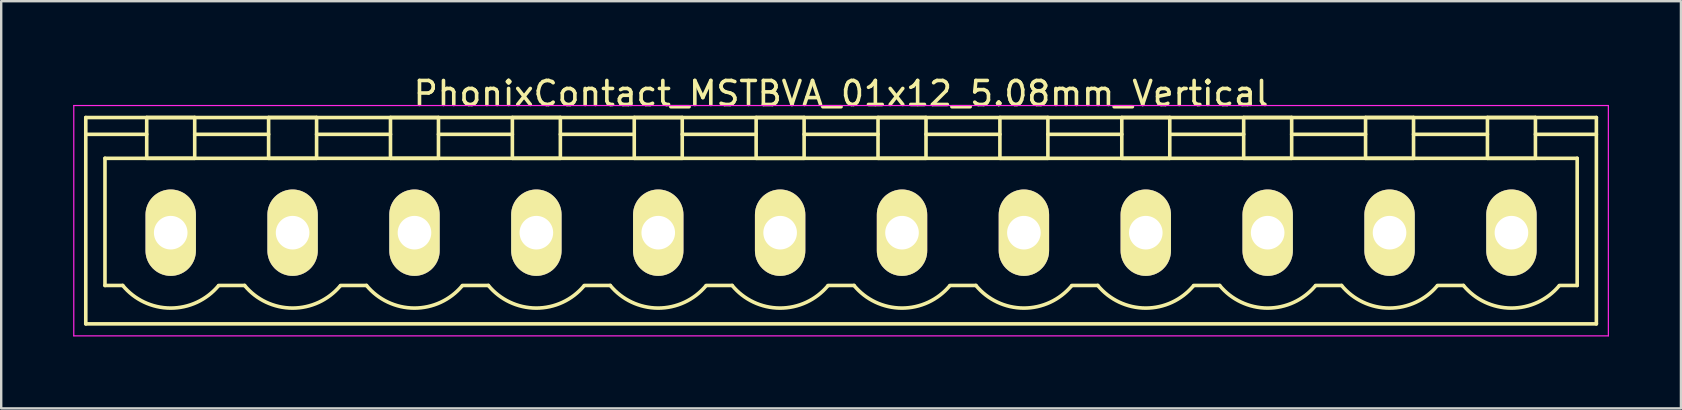
<source format=kicad_pcb>
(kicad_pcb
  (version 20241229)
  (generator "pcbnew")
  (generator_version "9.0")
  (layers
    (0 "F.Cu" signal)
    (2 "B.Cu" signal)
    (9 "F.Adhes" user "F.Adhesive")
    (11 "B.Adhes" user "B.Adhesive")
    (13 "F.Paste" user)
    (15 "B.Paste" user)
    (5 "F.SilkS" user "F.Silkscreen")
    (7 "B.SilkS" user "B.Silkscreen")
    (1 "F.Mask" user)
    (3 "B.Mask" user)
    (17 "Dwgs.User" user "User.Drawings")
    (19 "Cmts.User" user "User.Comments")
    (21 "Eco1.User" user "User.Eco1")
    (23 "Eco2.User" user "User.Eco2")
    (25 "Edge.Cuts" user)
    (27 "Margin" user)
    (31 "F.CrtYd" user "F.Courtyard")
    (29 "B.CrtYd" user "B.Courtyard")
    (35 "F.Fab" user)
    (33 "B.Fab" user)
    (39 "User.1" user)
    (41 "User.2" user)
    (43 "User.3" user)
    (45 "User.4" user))
  (footprint "PhonixContact_MSTBVA_01x12_5.08mm_Vertical"
    (layer "F.Cu")
    (at 4.065 6.648)
    (property "Reference" "PhonixContact_MSTBVA_01x12_5.08mm_Vertical" (at 27.94 -5.8 0) (layer "F.SilkS") (effects (font (size 1 1) (thickness 0.15))))
    (attr through_hole)
    (fp_line (start -3.54 -4.8) (end -3.54 3.8) (stroke (width 0.15) (type solid)) (layer "F.SilkS"))
    (fp_line (start -3.54 -4.1) (end -1 -4.1) (stroke (width 0.15) (type solid)) (layer "F.SilkS"))
    (fp_line (start -3.54 3.8) (end 59.42 3.8) (stroke (width 0.15) (type solid)) (layer "F.SilkS"))
    (fp_line (start -2.74 -3.1) (end 58.62 -3.1) (stroke (width 0.15) (type solid)) (layer "F.SilkS"))
    (fp_line (start -2.74 2.2) (end -2.74 -3.1) (stroke (width 0.15) (type solid)) (layer "F.SilkS"))
    (fp_line (start -2 2.2) (end -2.74 2.2) (stroke (width 0.15) (type solid)) (layer "F.SilkS"))
    (fp_line (start -1 -4.8) (end 1 -4.8) (stroke (width 0.15) (type solid)) (layer "F.SilkS"))
    (fp_line (start -1 -3.1) (end -1 -4.8) (stroke (width 0.15) (type solid)) (layer "F.SilkS"))
    (fp_line (start 1 -4.8) (end 1 -3.1) (stroke (width 0.15) (type solid)) (layer "F.SilkS"))
    (fp_line (start 1 -4.1) (end 4.08 -4.1) (stroke (width 0.15) (type solid)) (layer "F.SilkS"))
    (fp_line (start 1 -3.1) (end -1 -3.1) (stroke (width 0.15) (type solid)) (layer "F.SilkS"))
    (fp_line (start 2 2.2) (end 3.08 2.2) (stroke (width 0.15) (type solid)) (layer "F.SilkS"))
    (fp_line (start 4.08 -4.8) (end 6.08 -4.8) (stroke (width 0.15) (type solid)) (layer "F.SilkS"))
    (fp_line (start 4.08 -3.1) (end 4.08 -4.8) (stroke (width 0.15) (type solid)) (layer "F.SilkS"))
    (fp_line (start 6.08 -4.8) (end 6.08 -3.1) (stroke (width 0.15) (type solid)) (layer "F.SilkS"))
    (fp_line (start 6.08 -4.1) (end 9.16 -4.1) (stroke (width 0.15) (type solid)) (layer "F.SilkS"))
    (fp_line (start 6.08 -3.1) (end 4.08 -3.1) (stroke (width 0.15) (type solid)) (layer "F.SilkS"))
    (fp_line (start 7.08 2.2) (end 8.16 2.2) (stroke (width 0.15) (type solid)) (layer "F.SilkS"))
    (fp_line (start 9.16 -4.8) (end 11.16 -4.8) (stroke (width 0.15) (type solid)) (layer "F.SilkS"))
    (fp_line (start 9.16 -3.1) (end 9.16 -4.8) (stroke (width 0.15) (type solid)) (layer "F.SilkS"))
    (fp_line (start 11.16 -4.8) (end 11.16 -3.1) (stroke (width 0.15) (type solid)) (layer "F.SilkS"))
    (fp_line (start 11.16 -4.1) (end 14.24 -4.1) (stroke (width 0.15) (type solid)) (layer "F.SilkS"))
    (fp_line (start 11.16 -3.1) (end 9.16 -3.1) (stroke (width 0.15) (type solid)) (layer "F.SilkS"))
    (fp_line (start 12.16 2.2) (end 13.24 2.2) (stroke (width 0.15) (type solid)) (layer "F.SilkS"))
    (fp_line (start 14.24 -4.8) (end 16.24 -4.8) (stroke (width 0.15) (type solid)) (layer "F.SilkS"))
    (fp_line (start 14.24 -3.1) (end 14.24 -4.8) (stroke (width 0.15) (type solid)) (layer "F.SilkS"))
    (fp_line (start 16.24 -4.8) (end 16.24 -3.1) (stroke (width 0.15) (type solid)) (layer "F.SilkS"))
    (fp_line (start 16.24 -4.1) (end 19.32 -4.1) (stroke (width 0.15) (type solid)) (layer "F.SilkS"))
    (fp_line (start 16.24 -3.1) (end 14.24 -3.1) (stroke (width 0.15) (type solid)) (layer "F.SilkS"))
    (fp_line (start 17.24 2.2) (end 18.32 2.2) (stroke (width 0.15) (type solid)) (layer "F.SilkS"))
    (fp_line (start 19.32 -4.8) (end 21.32 -4.8) (stroke (width 0.15) (type solid)) (layer "F.SilkS"))
    (fp_line (start 19.32 -3.1) (end 19.32 -4.8) (stroke (width 0.15) (type solid)) (layer "F.SilkS"))
    (fp_line (start 21.32 -4.8) (end 21.32 -3.1) (stroke (width 0.15) (type solid)) (layer "F.SilkS"))
    (fp_line (start 21.32 -4.1) (end 24.4 -4.1) (stroke (width 0.15) (type solid)) (layer "F.SilkS"))
    (fp_line (start 21.32 -3.1) (end 19.32 -3.1) (stroke (width 0.15) (type solid)) (layer "F.SilkS"))
    (fp_line (start 22.32 2.2) (end 23.4 2.2) (stroke (width 0.15) (type solid)) (layer "F.SilkS"))
    (fp_line (start 24.4 -4.8) (end 26.4 -4.8) (stroke (width 0.15) (type solid)) (layer "F.SilkS"))
    (fp_line (start 24.4 -3.1) (end 24.4 -4.8) (stroke (width 0.15) (type solid)) (layer "F.SilkS"))
    (fp_line (start 26.4 -4.8) (end 26.4 -3.1) (stroke (width 0.15) (type solid)) (layer "F.SilkS"))
    (fp_line (start 26.4 -4.1) (end 29.48 -4.1) (stroke (width 0.15) (type solid)) (layer "F.SilkS"))
    (fp_line (start 26.4 -3.1) (end 24.4 -3.1) (stroke (width 0.15) (type solid)) (layer "F.SilkS"))
    (fp_line (start 27.4 2.2) (end 28.48 2.2) (stroke (width 0.15) (type solid)) (layer "F.SilkS"))
    (fp_line (start 29.48 -4.8) (end 31.48 -4.8) (stroke (width 0.15) (type solid)) (layer "F.SilkS"))
    (fp_line (start 29.48 -3.1) (end 29.48 -4.8) (stroke (width 0.15) (type solid)) (layer "F.SilkS"))
    (fp_line (start 31.48 -4.8) (end 31.48 -3.1) (stroke (width 0.15) (type solid)) (layer "F.SilkS"))
    (fp_line (start 31.48 -4.1) (end 34.56 -4.1) (stroke (width 0.15) (type solid)) (layer "F.SilkS"))
    (fp_line (start 31.48 -3.1) (end 29.48 -3.1) (stroke (width 0.15) (type solid)) (layer "F.SilkS"))
    (fp_line (start 32.48 2.2) (end 33.56 2.2) (stroke (width 0.15) (type solid)) (layer "F.SilkS"))
    (fp_line (start 34.56 -4.8) (end 36.56 -4.8) (stroke (width 0.15) (type solid)) (layer "F.SilkS"))
    (fp_line (start 34.56 -3.1) (end 34.56 -4.8) (stroke (width 0.15) (type solid)) (layer "F.SilkS"))
    (fp_line (start 36.56 -4.8) (end 36.56 -3.1) (stroke (width 0.15) (type solid)) (layer "F.SilkS"))
    (fp_line (start 36.56 -4.1) (end 39.64 -4.1) (stroke (width 0.15) (type solid)) (layer "F.SilkS"))
    (fp_line (start 36.56 -3.1) (end 34.56 -3.1) (stroke (width 0.15) (type solid)) (layer "F.SilkS"))
    (fp_line (start 37.56 2.2) (end 38.64 2.2) (stroke (width 0.15) (type solid)) (layer "F.SilkS"))
    (fp_line (start 39.64 -4.8) (end 41.64 -4.8) (stroke (width 0.15) (type solid)) (layer "F.SilkS"))
    (fp_line (start 39.64 -3.1) (end 39.64 -4.8) (stroke (width 0.15) (type solid)) (layer "F.SilkS"))
    (fp_line (start 41.64 -4.8) (end 41.64 -3.1) (stroke (width 0.15) (type solid)) (layer "F.SilkS"))
    (fp_line (start 41.64 -4.1) (end 44.72 -4.1) (stroke (width 0.15) (type solid)) (layer "F.SilkS"))
    (fp_line (start 41.64 -3.1) (end 39.64 -3.1) (stroke (width 0.15) (type solid)) (layer "F.SilkS"))
    (fp_line (start 42.64 2.2) (end 43.72 2.2) (stroke (width 0.15) (type solid)) (layer "F.SilkS"))
    (fp_line (start 44.72 -4.8) (end 46.72 -4.8) (stroke (width 0.15) (type solid)) (layer "F.SilkS"))
    (fp_line (start 44.72 -3.1) (end 44.72 -4.8) (stroke (width 0.15) (type solid)) (layer "F.SilkS"))
    (fp_line (start 46.72 -4.8) (end 46.72 -3.1) (stroke (width 0.15) (type solid)) (layer "F.SilkS"))
    (fp_line (start 46.72 -4.1) (end 49.8 -4.1) (stroke (width 0.15) (type solid)) (layer "F.SilkS"))
    (fp_line (start 46.72 -3.1) (end 44.72 -3.1) (stroke (width 0.15) (type solid)) (layer "F.SilkS"))
    (fp_line (start 47.72 2.2) (end 48.8 2.2) (stroke (width 0.15) (type solid)) (layer "F.SilkS"))
    (fp_line (start 49.8 -4.8) (end 51.8 -4.8) (stroke (width 0.15) (type solid)) (layer "F.SilkS"))
    (fp_line (start 49.8 -3.1) (end 49.8 -4.8) (stroke (width 0.15) (type solid)) (layer "F.SilkS"))
    (fp_line (start 51.8 -4.8) (end 51.8 -3.1) (stroke (width 0.15) (type solid)) (layer "F.SilkS"))
    (fp_line (start 51.8 -4.1) (end 54.88 -4.1) (stroke (width 0.15) (type solid)) (layer "F.SilkS"))
    (fp_line (start 51.8 -3.1) (end 49.8 -3.1) (stroke (width 0.15) (type solid)) (layer "F.SilkS"))
    (fp_line (start 52.8 2.2) (end 53.88 2.2) (stroke (width 0.15) (type solid)) (layer "F.SilkS"))
    (fp_line (start 54.88 -4.8) (end 56.88 -4.8) (stroke (width 0.15) (type solid)) (layer "F.SilkS"))
    (fp_line (start 54.88 -3.1) (end 54.88 -4.8) (stroke (width 0.15) (type solid)) (layer "F.SilkS"))
    (fp_line (start 56.88 -4.8) (end 56.88 -3.1) (stroke (width 0.15) (type solid)) (layer "F.SilkS"))
    (fp_line (start 56.88 -3.1) (end 54.88 -3.1) (stroke (width 0.15) (type solid)) (layer "F.SilkS"))
    (fp_line (start 58.62 -3.1) (end 58.62 2.2) (stroke (width 0.15) (type solid)) (layer "F.SilkS"))
    (fp_line (start 58.62 2.2) (end 57.88 2.2) (stroke (width 0.15) (type solid)) (layer "F.SilkS"))
    (fp_line (start 59.42 -4.8) (end -3.54 -4.8) (stroke (width 0.15) (type solid)) (layer "F.SilkS"))
    (fp_line (start 59.42 -4.1) (end 56.88 -4.1) (stroke (width 0.15) (type solid)) (layer "F.SilkS"))
    (fp_line (start 59.42 3.8) (end 59.42 -4.8) (stroke (width 0.15) (type solid)) (layer "F.SilkS"))
    (fp_arc (start 1.986842 2.215821) (mid -0.010289 3.142758) (end -2 2.2) (stroke (width 0.15) (type solid)) (layer "F.SilkS"))
    (fp_arc (start 7.066842 2.215821) (mid 5.069711 3.142758) (end 3.08 2.2) (stroke (width 0.15) (type solid)) (layer "F.SilkS"))
    (fp_arc (start 12.146842 2.215821) (mid 10.149711 3.142758) (end 8.16 2.2) (stroke (width 0.15) (type solid)) (layer "F.SilkS"))
    (fp_arc (start 17.226842 2.215821) (mid 15.229711 3.142758) (end 13.24 2.2) (stroke (width 0.15) (type solid)) (layer "F.SilkS"))
    (fp_arc (start 22.306842 2.215821) (mid 20.309711 3.142758) (end 18.32 2.2) (stroke (width 0.15) (type solid)) (layer "F.SilkS"))
    (fp_arc (start 27.386842 2.215821) (mid 25.389711 3.142758) (end 23.4 2.2) (stroke (width 0.15) (type solid)) (layer "F.SilkS"))
    (fp_arc (start 32.466842 2.215821) (mid 30.469711 3.142758) (end 28.48 2.2) (stroke (width 0.15) (type solid)) (layer "F.SilkS"))
    (fp_arc (start 37.546842 2.215821) (mid 35.549711 3.142758) (end 33.56 2.2) (stroke (width 0.15) (type solid)) (layer "F.SilkS"))
    (fp_arc (start 42.626842 2.215821) (mid 40.629711 3.142758) (end 38.64 2.2) (stroke (width 0.15) (type solid)) (layer "F.SilkS"))
    (fp_arc (start 47.706842 2.215821) (mid 45.709711 3.142758) (end 43.72 2.2) (stroke (width 0.15) (type solid)) (layer "F.SilkS"))
    (fp_arc (start 52.786842 2.215821) (mid 50.789711 3.142758) (end 48.8 2.2) (stroke (width 0.15) (type solid)) (layer "F.SilkS"))
    (fp_arc (start 57.866842 2.215821) (mid 55.869711 3.142758) (end 53.88 2.2) (stroke (width 0.15) (type solid)) (layer "F.SilkS"))
    (fp_line (start -4.04 -5.3) (end -4.04 4.3) (stroke (width 0.05) (type solid)) (layer "F.CrtYd"))
    (fp_line (start -4.04 4.3) (end 59.92 4.3) (stroke (width 0.05) (type solid)) (layer "F.CrtYd"))
    (fp_line (start 59.92 -5.3) (end -4.04 -5.3) (stroke (width 0.05) (type solid)) (layer "F.CrtYd"))
    (fp_line (start 59.92 4.3) (end 59.92 -5.3) (stroke (width 0.05) (type solid)) (layer "F.CrtYd"))
    (pad "1" thru_hole oval (at 0 0) (size 2.1 3.6) (drill 1.4) (layers "*.Cu" "*.Mask" "F.SilkS"))
    (pad "2" thru_hole oval (at 5.08 0) (size 2.1 3.6) (drill 1.4) (layers "*.Cu" "*.Mask" "F.SilkS"))
    (pad "3" thru_hole oval (at 10.16 0) (size 2.1 3.6) (drill 1.4) (layers "*.Cu" "*.Mask" "F.SilkS"))
    (pad "4" thru_hole oval (at 15.24 0) (size 2.1 3.6) (drill 1.4) (layers "*.Cu" "*.Mask" "F.SilkS"))
    (pad "5" thru_hole oval (at 20.32 0) (size 2.1 3.6) (drill 1.4) (layers "*.Cu" "*.Mask" "F.SilkS"))
    (pad "6" thru_hole oval (at 25.4 0) (size 2.1 3.6) (drill 1.4) (layers "*.Cu" "*.Mask" "F.SilkS"))
    (pad "7" thru_hole oval (at 30.48 0) (size 2.1 3.6) (drill 1.4) (layers "*.Cu" "*.Mask" "F.SilkS"))
    (pad "8" thru_hole oval (at 35.56 0) (size 2.1 3.6) (drill 1.4) (layers "*.Cu" "*.Mask" "F.SilkS"))
    (pad "9" thru_hole oval (at 40.64 0) (size 2.1 3.6) (drill 1.4) (layers "*.Cu" "*.Mask" "F.SilkS"))
    (pad "10" thru_hole oval (at 45.72 0) (size 2.1 3.6) (drill 1.4) (layers "*.Cu" "*.Mask" "F.SilkS"))
    (pad "11" thru_hole oval (at 50.8 0) (size 2.1 3.6) (drill 1.4) (layers "*.Cu" "*.Mask" "F.SilkS"))
    (pad "12" thru_hole oval (at 55.88 0) (size 2.1 3.6) (drill 1.4) (layers "*.Cu" "*.Mask" "F.SilkS")))
  (gr_rect
    (start -3 -3)
    (end 67.01 13.973)
    (stroke (width 0.1) (type default))
    (fill no)
    (layer "Edge.Cuts")))
</source>
